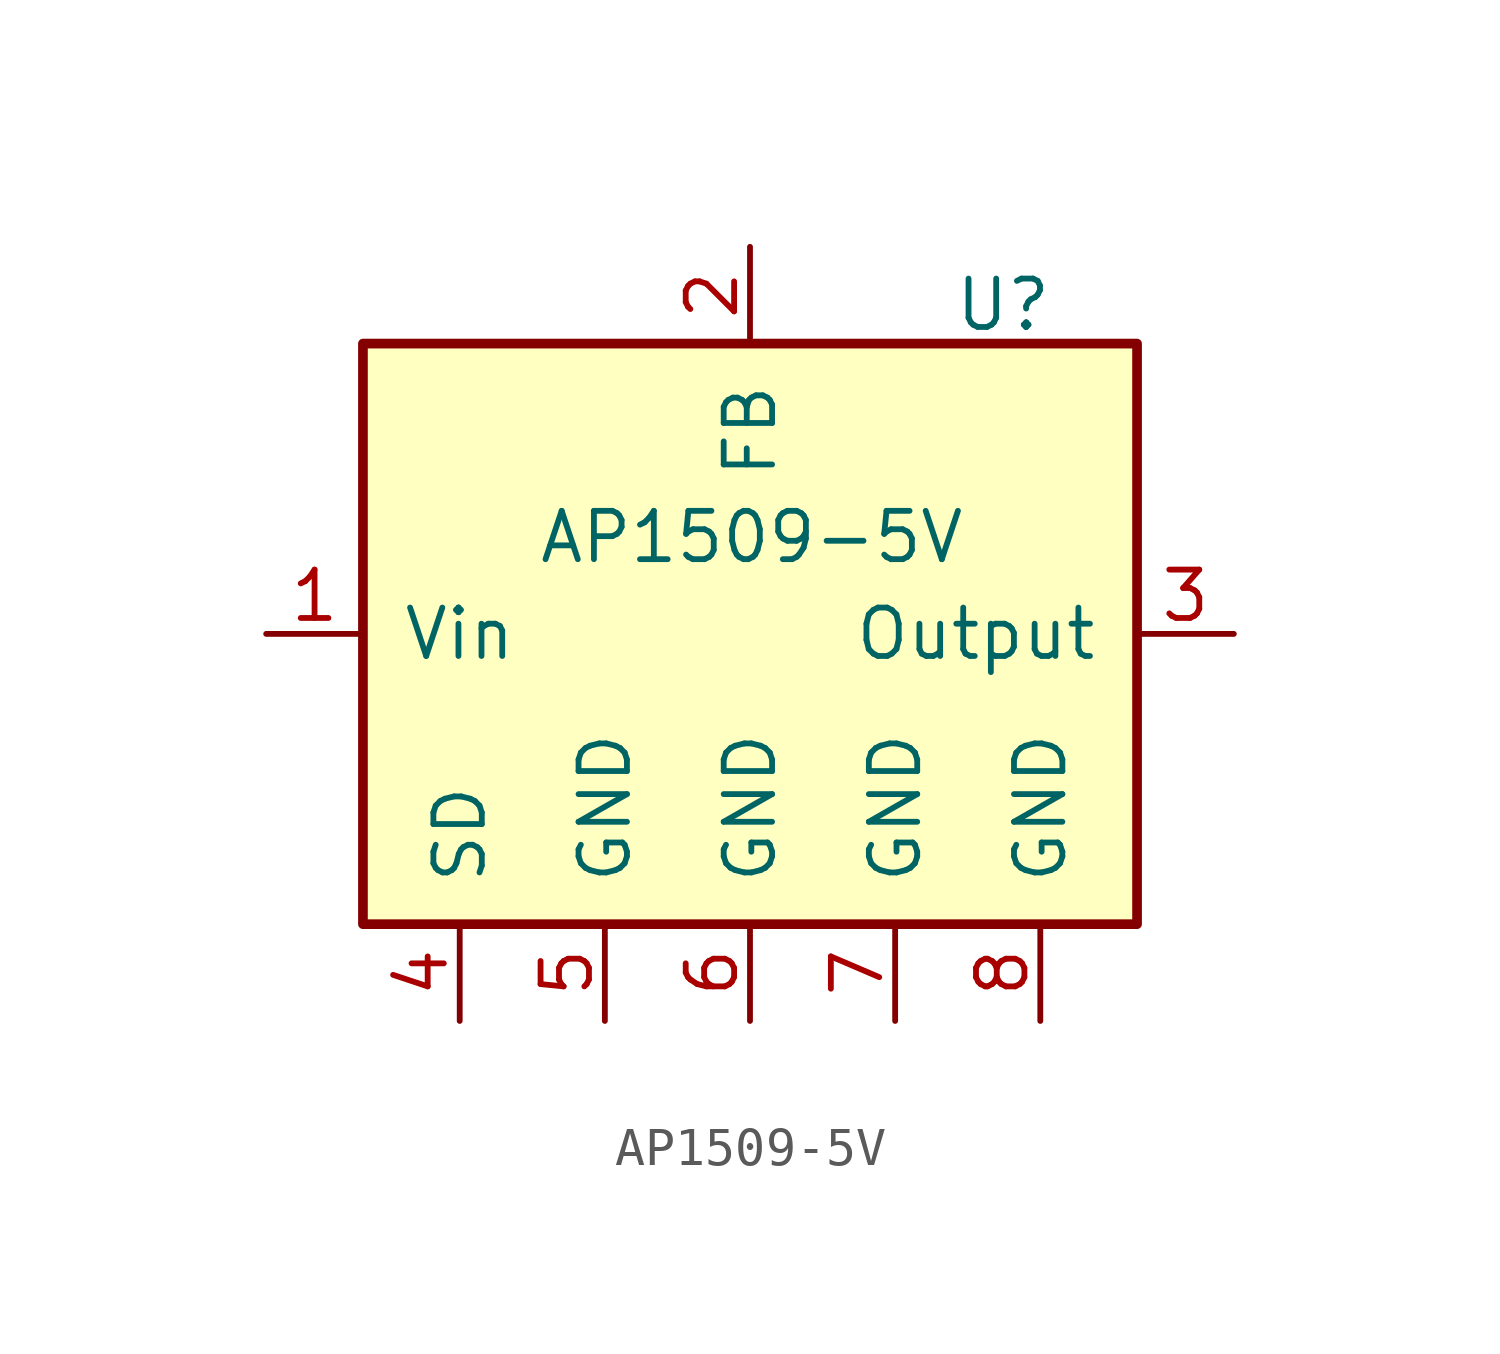
<source format=kicad_sym>
(kicad_symbol_lib
  (version 20231120)
  (generator "kicad_symbol_editor")
  (generator_version "8.0")
  (symbol "AP1509-5V"
    (pin_names
      (offset 1.016))
    (property "Reference" "U"
      (at 5.334 8.636 0)
      (do_not_autoplace)
      (effects (font (size 1.27 1.27)) (justify left)))
    (property "Value" "AP1509-5V"
      (at -5.588 2.54 0)
      (do_not_autoplace)
      (effects (font (size 1.27 1.27)) (justify left)))
    (symbol "AP1509-5V_0_1"
      (rectangle (start -10.16 7.62) (end 10.16 -7.62) (stroke (width 0.254) (type default)) (fill (type background))))
    (symbol "AP1509-5V_1_1"
      (pin power_in line (at -12.7 0 0) (length 2.54) (name "Vin" (effects (font (size 1.27 1.27)))) (number "1" (effects (font (size 1.27 1.27)))))
      (pin input line (at 0 10.16 270) (length 2.54) (name "FB" (effects (font (size 1.27 1.27)))) (number "2" (effects (font (size 1.27 1.27)))))
      (pin output line (at 12.7 0 180) (length 2.54) (name "Output" (effects (font (size 1.27 1.27)))) (number "3" (effects (font (size 1.27 1.27)))))
      (pin input line (at -7.62 -10.16 90) (length 2.54) (name "SD" (effects (font (size 1.27 1.27)))) (number "4" (effects (font (size 1.27 1.27)))))
      (pin power_in line (at -3.81 -10.16 90) (length 2.54) (name "GND" (effects (font (size 1.27 1.27)))) (number "5" (effects (font (size 1.27 1.27)))))
      (pin power_in line (at 0 -10.16 90) (length 2.54) (name "GND" (effects (font (size 1.27 1.27)))) (number "6" (effects (font (size 1.27 1.27)))))
      (pin power_in line (at 3.81 -10.16 90) (length 2.54) (name "GND" (effects (font (size 1.27 1.27)))) (number "7" (effects (font (size 1.27 1.27)))))
      (pin power_in line (at 7.62 -10.16 90) (length 2.54) (name "GND" (effects (font (size 1.27 1.27)))) (number "8" (effects (font (size 1.27 1.27))))))))
</source>
